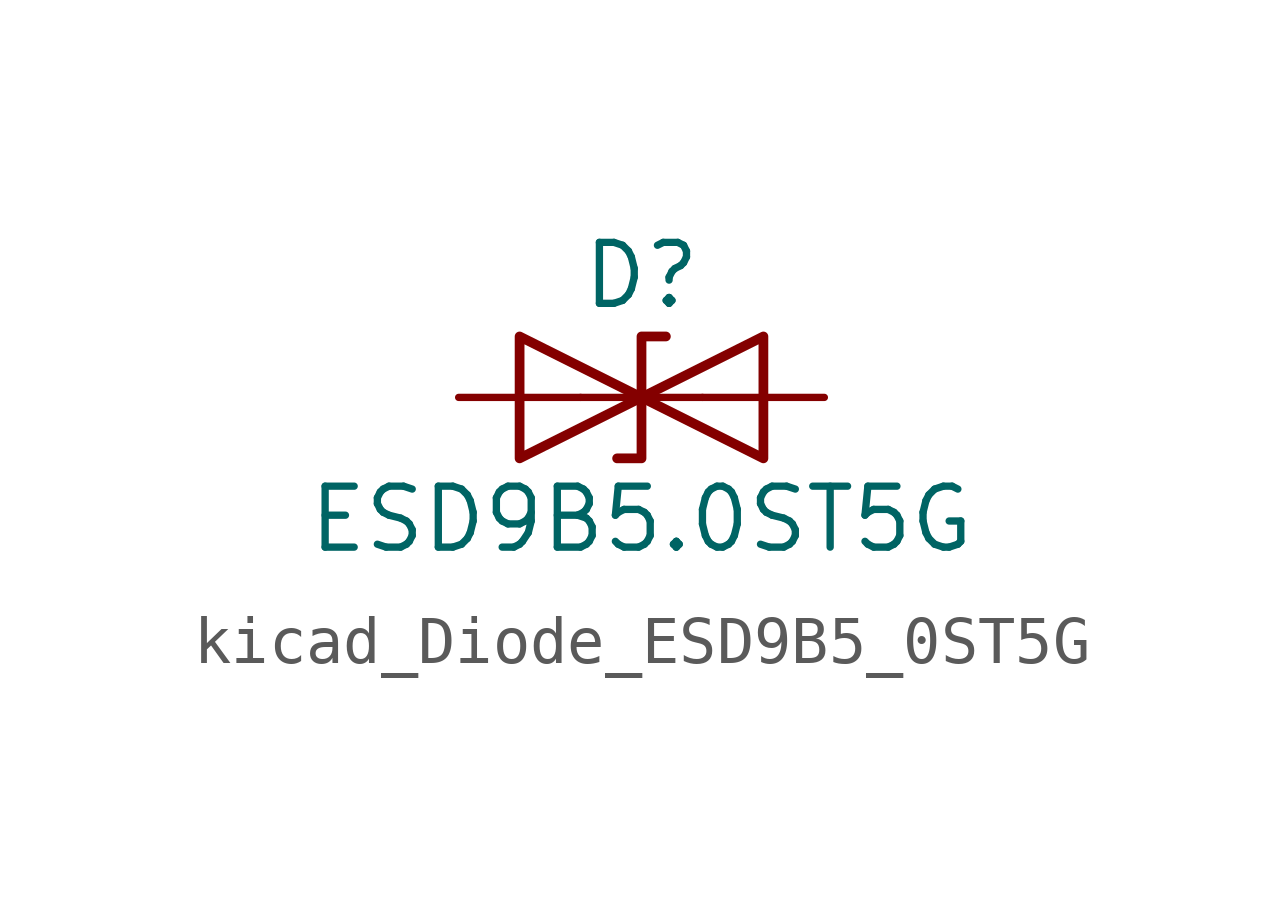
<source format=kicad_sym>
(kicad_symbol_lib
  (version 20220914)
  (generator kicad_symbol_editor)
  (symbol "kicad_Diode_ESD9B5_0ST5G"
    (pin_numbers hide)
    (pin_names
      (offset 1.016) hide)
    (property "Reference" "D"
      (at 0 2.54 0)
      (effects (font (size 1.27 1.27))))
    (property "Value" "ESD9B5.0ST5G"
      (at 0 -2.54 0)
      (effects (font (size 1.27 1.27))))
    (symbol "kicad_Diode_ESD9B5_0ST5G_0_1"
      (polyline (pts (xy 1.27 0) (xy -1.27 0)) (stroke (width 0) (type default)) (fill (type none)))
      (polyline (pts (xy -2.54 -1.27) (xy 0 0) (xy -2.54 1.27) (xy -2.54 -1.27)) (stroke (width 0.203) (type default)) (fill (type none)))
      (polyline (pts (xy 0.508 1.27) (xy 0 1.27) (xy 0 -1.27) (xy -0.508 -1.27)) (stroke (width 0.203) (type default)) (fill (type none)))
      (polyline (pts (xy 2.54 1.27) (xy 2.54 -1.27) (xy 0 0) (xy 2.54 1.27)) (stroke (width 0.203) (type default)) (fill (type none))))
    (symbol "kicad_Diode_ESD9B5_0ST5G_1_1"
      (pin passive line (at -3.81 0 0) (length 2.54) (name "A1" (effects (font (size 1.27 1.27)))) (number "1" (effects (font (size 1.27 1.27)))))
      (pin passive line (at 3.81 0 180) (length 2.54) (name "A2" (effects (font (size 1.27 1.27)))) (number "2" (effects (font (size 1.27 1.27))))))))
</source>
